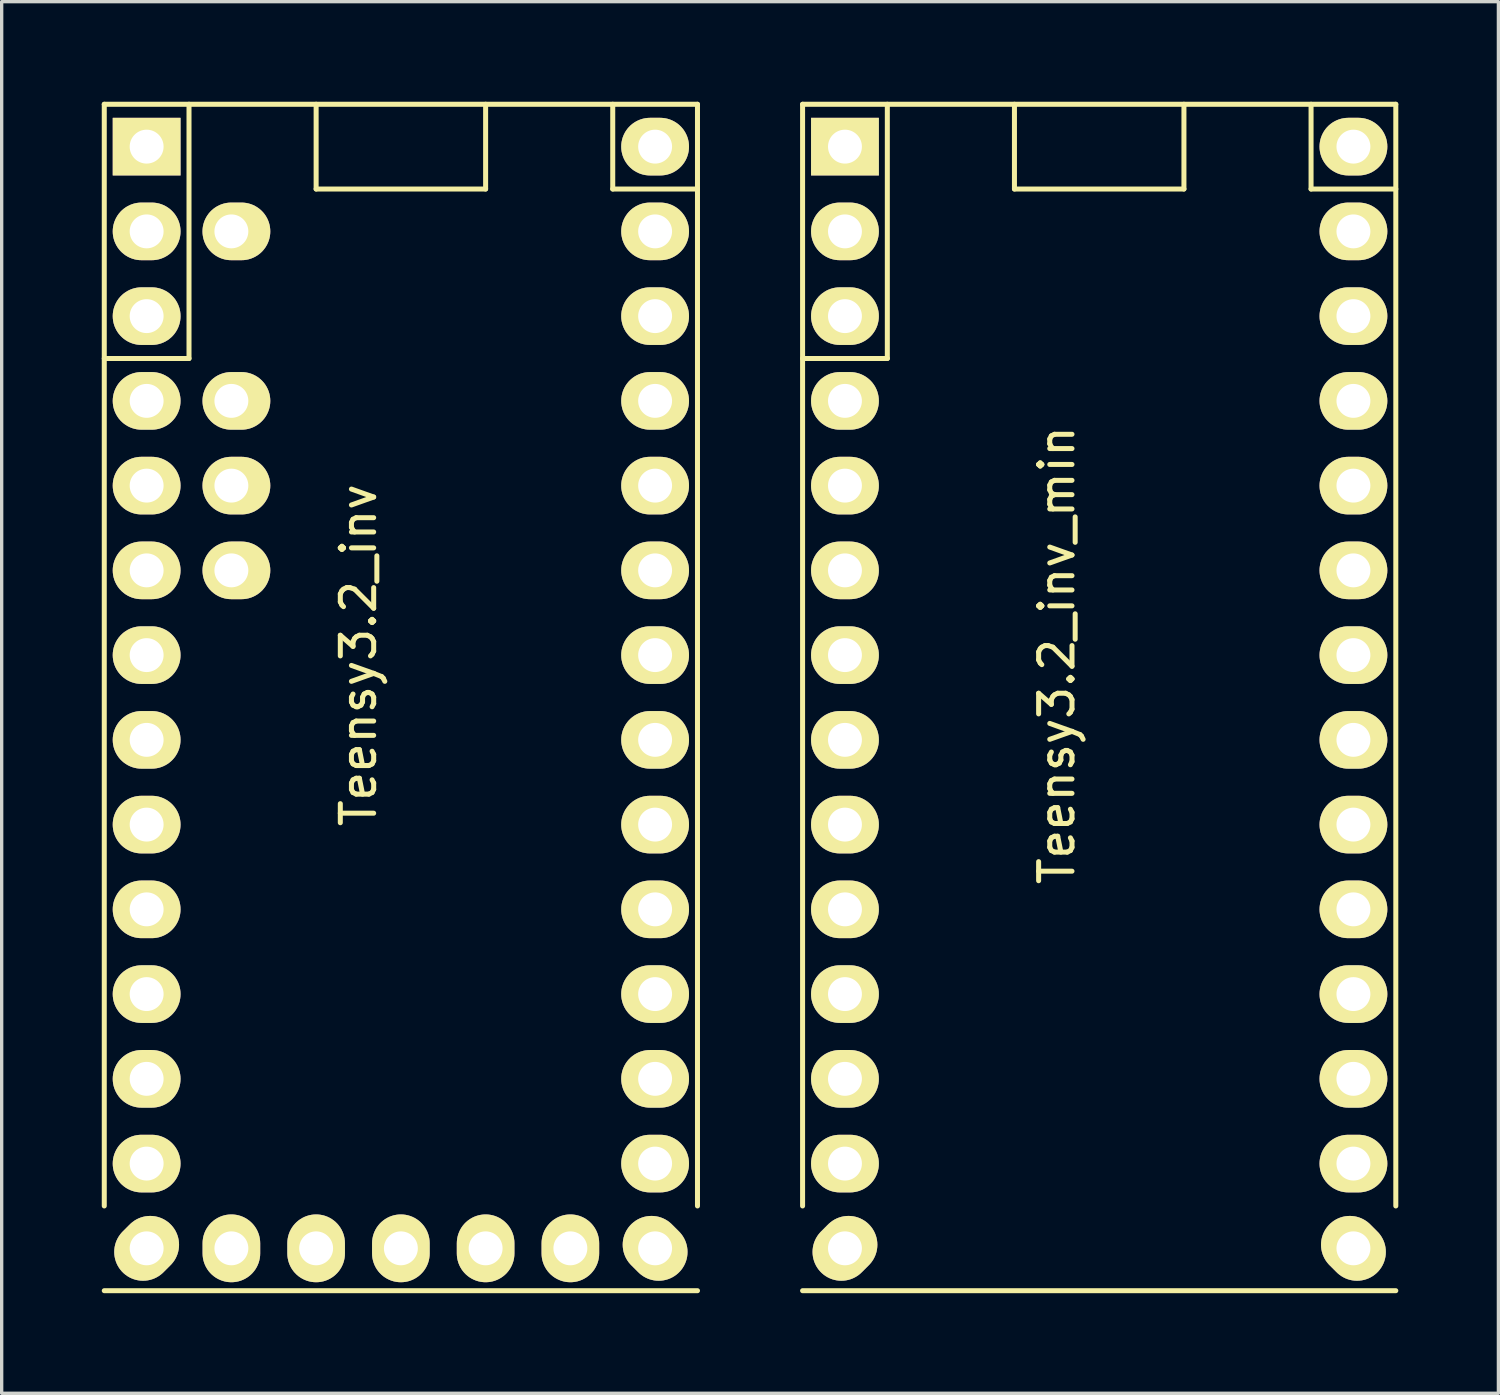
<source format=kicad_pcb>
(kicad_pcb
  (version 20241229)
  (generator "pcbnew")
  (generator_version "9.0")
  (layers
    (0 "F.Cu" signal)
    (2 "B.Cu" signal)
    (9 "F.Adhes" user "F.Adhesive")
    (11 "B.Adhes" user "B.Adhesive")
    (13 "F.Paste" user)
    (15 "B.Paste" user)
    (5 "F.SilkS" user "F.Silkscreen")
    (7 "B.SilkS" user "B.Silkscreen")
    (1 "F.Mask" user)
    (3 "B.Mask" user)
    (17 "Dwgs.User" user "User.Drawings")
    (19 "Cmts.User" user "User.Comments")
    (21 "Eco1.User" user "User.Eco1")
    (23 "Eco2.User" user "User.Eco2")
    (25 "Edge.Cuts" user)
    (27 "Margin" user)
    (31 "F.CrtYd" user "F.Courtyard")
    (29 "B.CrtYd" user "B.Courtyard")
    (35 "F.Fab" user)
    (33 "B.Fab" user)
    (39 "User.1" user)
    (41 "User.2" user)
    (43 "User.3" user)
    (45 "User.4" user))
  (footprint "Teensy3.2_inv"
    (layer "F.Cu")
    (at 8.965 17.855)
    (property "Reference" "Teensy3.2_inv" (at -1.27 -1.27 270) (layer "F.SilkS") (effects (font (size 1 1) (thickness 0.15))))
    (attr through_hole)
    (fp_line (start -8.89 -17.78) (end -8.89 15.24) (stroke (width 0.15) (type solid)) (layer "F.SilkS"))
    (fp_line (start -8.89 -10.16) (end -6.35 -10.16) (stroke (width 0.15) (type solid)) (layer "F.SilkS"))
    (fp_line (start -8.89 17.78) (end 8.89 17.78) (stroke (width 0.15) (type solid)) (layer "F.SilkS"))
    (fp_line (start -6.35 -10.16) (end -6.35 -17.78) (stroke (width 0.15) (type solid)) (layer "F.SilkS"))
    (fp_line (start -2.54 -15.24) (end -2.54 -17.78) (stroke (width 0.15) (type solid)) (layer "F.SilkS"))
    (fp_line (start 2.54 -17.78) (end 2.54 -15.24) (stroke (width 0.15) (type solid)) (layer "F.SilkS"))
    (fp_line (start 2.54 -15.24) (end -2.54 -15.24) (stroke (width 0.15) (type solid)) (layer "F.SilkS"))
    (fp_line (start 6.35 -17.78) (end 6.35 -15.24) (stroke (width 0.15) (type solid)) (layer "F.SilkS"))
    (fp_line (start 6.35 -15.24) (end 8.89 -15.24) (stroke (width 0.15) (type solid)) (layer "F.SilkS"))
    (fp_line (start 8.89 -17.78) (end -8.89 -17.78) (stroke (width 0.15) (type solid)) (layer "F.SilkS"))
    (fp_line (start 8.89 15.24) (end 8.89 -17.78) (stroke (width 0.15) (type solid)) (layer "F.SilkS"))
    (pad "1" thru_hole rect (at -7.62 -16.51 180) (size 2.032 1.727) (drill 1.016) (layers "*.Cu" "*.Mask" "F.SilkS"))
    (pad "2" thru_hole oval (at -7.62 -13.97 180) (size 2.032 1.727) (drill 1.016) (layers "*.Cu" "*.Mask" "F.SilkS"))
    (pad "3" thru_hole oval (at -7.62 -11.43 180) (size 2.032 1.727) (drill 1.016) (layers "*.Cu" "*.Mask" "F.SilkS"))
    (pad "4" thru_hole oval (at -7.62 -8.89 180) (size 2.032 1.727) (drill 1.016) (layers "*.Cu" "*.Mask" "F.SilkS"))
    (pad "5" thru_hole oval (at -7.62 -6.35 180) (size 2.032 1.727) (drill 1.016) (layers "*.Cu" "*.Mask" "F.SilkS"))
    (pad "6" thru_hole oval (at -7.62 -3.81 180) (size 2.032 1.727) (drill 1.016) (layers "*.Cu" "*.Mask" "F.SilkS"))
    (pad "7" thru_hole oval (at -7.62 -1.27 180) (size 2.032 1.727) (drill 1.016) (layers "*.Cu" "*.Mask" "F.SilkS"))
    (pad "8" thru_hole oval (at -7.62 1.27 180) (size 2.032 1.727) (drill 1.016) (layers "*.Cu" "*.Mask" "F.SilkS"))
    (pad "9" thru_hole oval (at -7.62 3.81 180) (size 2.032 1.727) (drill 1.016) (layers "*.Cu" "*.Mask" "F.SilkS"))
    (pad "10" thru_hole oval (at -7.62 6.35 180) (size 2.032 1.727) (drill 1.016) (layers "*.Cu" "*.Mask" "F.SilkS"))
    (pad "11" thru_hole oval (at -7.62 8.89 180) (size 2.032 1.727) (drill 1.016) (layers "*.Cu" "*.Mask" "F.SilkS"))
    (pad "12" thru_hole oval (at -7.62 11.43 180) (size 2.032 1.727) (drill 1.016) (layers "*.Cu" "*.Mask" "F.SilkS"))
    (pad "13" thru_hole oval (at -7.62 13.97 180) (size 2.032 1.727) (drill 1.016) (layers "*.Cu" "*.Mask" "F.SilkS"))
    (pad "14" thru_hole oval (at -7.62 16.51 225) (size 2.032 1.727) (drill 1.016) (layers "*.Cu" "*.Mask" "F.SilkS"))
    (pad "15" thru_hole oval (at 7.62 16.51 135) (size 2.032 1.727) (drill 1.016) (layers "*.Cu" "*.Mask" "F.SilkS"))
    (pad "16" thru_hole oval (at 7.62 13.97 180) (size 2.032 1.727) (drill 1.016) (layers "*.Cu" "*.Mask" "F.SilkS"))
    (pad "17" thru_hole oval (at 7.62 11.43 180) (size 2.032 1.727) (drill 1.016) (layers "*.Cu" "*.Mask" "F.SilkS"))
    (pad "18" thru_hole oval (at 7.62 8.89 180) (size 2.032 1.727) (drill 1.016) (layers "*.Cu" "*.Mask" "F.SilkS"))
    (pad "19" thru_hole oval (at -5.08 -13.97 180) (size 2.032 1.727) (drill 1.016 (offset -0.15 0)) (layers "*.Cu" "*.Mask" "F.SilkS"))
    (pad "19" thru_hole oval (at 7.62 6.35 180) (size 2.032 1.727) (drill 1.016) (layers "*.Cu" "*.Mask" "F.SilkS"))
    (pad "20" thru_hole oval (at -5.08 -8.89 180) (size 2.032 1.727) (drill 1.016 (offset -0.15 0)) (layers "*.Cu" "*.Mask" "F.SilkS"))
    (pad "20" thru_hole oval (at 7.62 3.81 180) (size 2.032 1.727) (drill 1.016) (layers "*.Cu" "*.Mask" "F.SilkS"))
    (pad "21" thru_hole oval (at -5.08 -6.35 180) (size 2.032 1.727) (drill 1.016 (offset -0.15 0)) (layers "*.Cu" "*.Mask" "F.SilkS"))
    (pad "21" thru_hole oval (at 7.62 1.27 180) (size 2.032 1.727) (drill 1.016) (layers "*.Cu" "*.Mask" "F.SilkS"))
    (pad "22" thru_hole oval (at -5.08 -3.81 180) (size 2.032 1.727) (drill 1.016 (offset -0.15 0)) (layers "*.Cu" "*.Mask" "F.SilkS"))
    (pad "22" thru_hole oval (at 7.62 -1.27 180) (size 2.032 1.727) (drill 1.016) (layers "*.Cu" "*.Mask" "F.SilkS"))
    (pad "23" thru_hole oval (at 7.62 -3.81 180) (size 2.032 1.727) (drill 1.016) (layers "*.Cu" "*.Mask" "F.SilkS"))
    (pad "24" thru_hole oval (at 7.62 -6.35 180) (size 2.032 1.727) (drill 1.016) (layers "*.Cu" "*.Mask" "F.SilkS"))
    (pad "25" thru_hole oval (at 7.62 -8.89 180) (size 2.032 1.727) (drill 1.016) (layers "*.Cu" "*.Mask" "F.SilkS"))
    (pad "26" thru_hole oval (at 7.62 -11.43 180) (size 2.032 1.727) (drill 1.016) (layers "*.Cu" "*.Mask" "F.SilkS"))
    (pad "27" thru_hole oval (at 7.62 -13.97 180) (size 2.032 1.727) (drill 1.016) (layers "*.Cu" "*.Mask" "F.SilkS"))
    (pad "28" thru_hole oval (at 7.62 -16.51 180) (size 2.032 1.727) (drill 1.016) (layers "*.Cu" "*.Mask" "F.SilkS"))
    (pad "29" thru_hole oval (at -5.08 16.51 180) (size 1.727 2.032) (drill 1.016) (layers "*.Cu" "*.Mask" "F.SilkS"))
    (pad "30" thru_hole oval (at -2.54 16.51 180) (size 1.727 2.032) (drill 1.016) (layers "*.Cu" "*.Mask" "F.SilkS"))
    (pad "31" thru_hole oval (at 0 16.51 180) (size 1.727 2.032) (drill 1.016) (layers "*.Cu" "*.Mask" "F.SilkS"))
    (pad "32" thru_hole oval (at 2.54 16.51 180) (size 1.727 2.032) (drill 1.016) (layers "*.Cu" "*.Mask" "F.SilkS"))
    (pad "33" thru_hole oval (at 5.08 16.51 180) (size 1.727 2.032) (drill 1.016) (layers "*.Cu" "*.Mask" "F.SilkS")))
  (footprint "Teensy3.2_inv_min"
    (layer "F.Cu")
    (at 29.895 17.855)
    (property "Reference" "Teensy3.2_inv_min" (at -1.27 -1.27 270) (layer "F.SilkS") (effects (font (size 1 1) (thickness 0.15))))
    (attr through_hole)
    (fp_line (start -8.89 -17.78) (end -8.89 15.24) (stroke (width 0.15) (type solid)) (layer "F.SilkS"))
    (fp_line (start -8.89 -10.16) (end -6.35 -10.16) (stroke (width 0.15) (type solid)) (layer "F.SilkS"))
    (fp_line (start -8.89 17.78) (end 8.89 17.78) (stroke (width 0.15) (type solid)) (layer "F.SilkS"))
    (fp_line (start -6.35 -10.16) (end -6.35 -17.78) (stroke (width 0.15) (type solid)) (layer "F.SilkS"))
    (fp_line (start -2.54 -15.24) (end -2.54 -17.78) (stroke (width 0.15) (type solid)) (layer "F.SilkS"))
    (fp_line (start 2.54 -17.78) (end 2.54 -15.24) (stroke (width 0.15) (type solid)) (layer "F.SilkS"))
    (fp_line (start 2.54 -15.24) (end -2.54 -15.24) (stroke (width 0.15) (type solid)) (layer "F.SilkS"))
    (fp_line (start 6.35 -17.78) (end 6.35 -15.24) (stroke (width 0.15) (type solid)) (layer "F.SilkS"))
    (fp_line (start 6.35 -15.24) (end 8.89 -15.24) (stroke (width 0.15) (type solid)) (layer "F.SilkS"))
    (fp_line (start 8.89 -17.78) (end -8.89 -17.78) (stroke (width 0.15) (type solid)) (layer "F.SilkS"))
    (fp_line (start 8.89 15.24) (end 8.89 -17.78) (stroke (width 0.15) (type solid)) (layer "F.SilkS"))
    (pad "1" thru_hole rect (at -7.62 -16.51 180) (size 2.032 1.727) (drill 1.016) (layers "*.Cu" "*.Mask" "F.SilkS"))
    (pad "2" thru_hole oval (at -7.62 -13.97 180) (size 2.032 1.727) (drill 1.016) (layers "*.Cu" "*.Mask" "F.SilkS"))
    (pad "3" thru_hole oval (at -7.62 -11.43 180) (size 2.032 1.727) (drill 1.016) (layers "*.Cu" "*.Mask" "F.SilkS"))
    (pad "4" thru_hole oval (at -7.62 -8.89 180) (size 2.032 1.727) (drill 1.016) (layers "*.Cu" "*.Mask" "F.SilkS"))
    (pad "5" thru_hole oval (at -7.62 -6.35 180) (size 2.032 1.727) (drill 1.016) (layers "*.Cu" "*.Mask" "F.SilkS"))
    (pad "6" thru_hole oval (at -7.62 -3.81 180) (size 2.032 1.727) (drill 1.016) (layers "*.Cu" "*.Mask" "F.SilkS"))
    (pad "7" thru_hole oval (at -7.62 -1.27 180) (size 2.032 1.727) (drill 1.016) (layers "*.Cu" "*.Mask" "F.SilkS"))
    (pad "8" thru_hole oval (at -7.62 1.27 180) (size 2.032 1.727) (drill 1.016) (layers "*.Cu" "*.Mask" "F.SilkS"))
    (pad "9" thru_hole oval (at -7.62 3.81 180) (size 2.032 1.727) (drill 1.016) (layers "*.Cu" "*.Mask" "F.SilkS"))
    (pad "10" thru_hole oval (at -7.62 6.35 180) (size 2.032 1.727) (drill 1.016) (layers "*.Cu" "*.Mask" "F.SilkS"))
    (pad "11" thru_hole oval (at -7.62 8.89 180) (size 2.032 1.727) (drill 1.016) (layers "*.Cu" "*.Mask" "F.SilkS"))
    (pad "12" thru_hole oval (at -7.62 11.43 180) (size 2.032 1.727) (drill 1.016) (layers "*.Cu" "*.Mask" "F.SilkS"))
    (pad "13" thru_hole oval (at -7.62 13.97 180) (size 2.032 1.727) (drill 1.016) (layers "*.Cu" "*.Mask" "F.SilkS"))
    (pad "14" thru_hole oval (at -7.62 16.51 225) (size 2.032 1.727) (drill 1.016) (layers "*.Cu" "*.Mask" "F.SilkS"))
    (pad "15" thru_hole oval (at 7.62 16.51 135) (size 2.032 1.727) (drill 1.016) (layers "*.Cu" "*.Mask" "F.SilkS"))
    (pad "16" thru_hole oval (at 7.62 13.97 180) (size 2.032 1.727) (drill 1.016) (layers "*.Cu" "*.Mask" "F.SilkS"))
    (pad "17" thru_hole oval (at 7.62 11.43 180) (size 2.032 1.727) (drill 1.016) (layers "*.Cu" "*.Mask" "F.SilkS"))
    (pad "18" thru_hole oval (at 7.62 8.89 180) (size 2.032 1.727) (drill 1.016) (layers "*.Cu" "*.Mask" "F.SilkS"))
    (pad "19" thru_hole oval (at 7.62 6.35 180) (size 2.032 1.727) (drill 1.016) (layers "*.Cu" "*.Mask" "F.SilkS"))
    (pad "20" thru_hole oval (at 7.62 3.81 180) (size 2.032 1.727) (drill 1.016) (layers "*.Cu" "*.Mask" "F.SilkS"))
    (pad "21" thru_hole oval (at 7.62 1.27 180) (size 2.032 1.727) (drill 1.016) (layers "*.Cu" "*.Mask" "F.SilkS"))
    (pad "22" thru_hole oval (at 7.62 -1.27 180) (size 2.032 1.727) (drill 1.016) (layers "*.Cu" "*.Mask" "F.SilkS"))
    (pad "23" thru_hole oval (at 7.62 -3.81 180) (size 2.032 1.727) (drill 1.016) (layers "*.Cu" "*.Mask" "F.SilkS"))
    (pad "24" thru_hole oval (at 7.62 -6.35 180) (size 2.032 1.727) (drill 1.016) (layers "*.Cu" "*.Mask" "F.SilkS"))
    (pad "25" thru_hole oval (at 7.62 -8.89 180) (size 2.032 1.727) (drill 1.016) (layers "*.Cu" "*.Mask" "F.SilkS"))
    (pad "26" thru_hole oval (at 7.62 -11.43 180) (size 2.032 1.727) (drill 1.016) (layers "*.Cu" "*.Mask" "F.SilkS"))
    (pad "27" thru_hole oval (at 7.62 -13.97 180) (size 2.032 1.727) (drill 1.016) (layers "*.Cu" "*.Mask" "F.SilkS"))
    (pad "28" thru_hole oval (at 7.62 -16.51 180) (size 2.032 1.727) (drill 1.016) (layers "*.Cu" "*.Mask" "F.SilkS")))
  (gr_rect
    (start -3 -3)
    (end 41.86 38.71)
    (stroke (width 0.1) (type default))
    (fill no)
    (layer "Edge.Cuts")))
</source>
